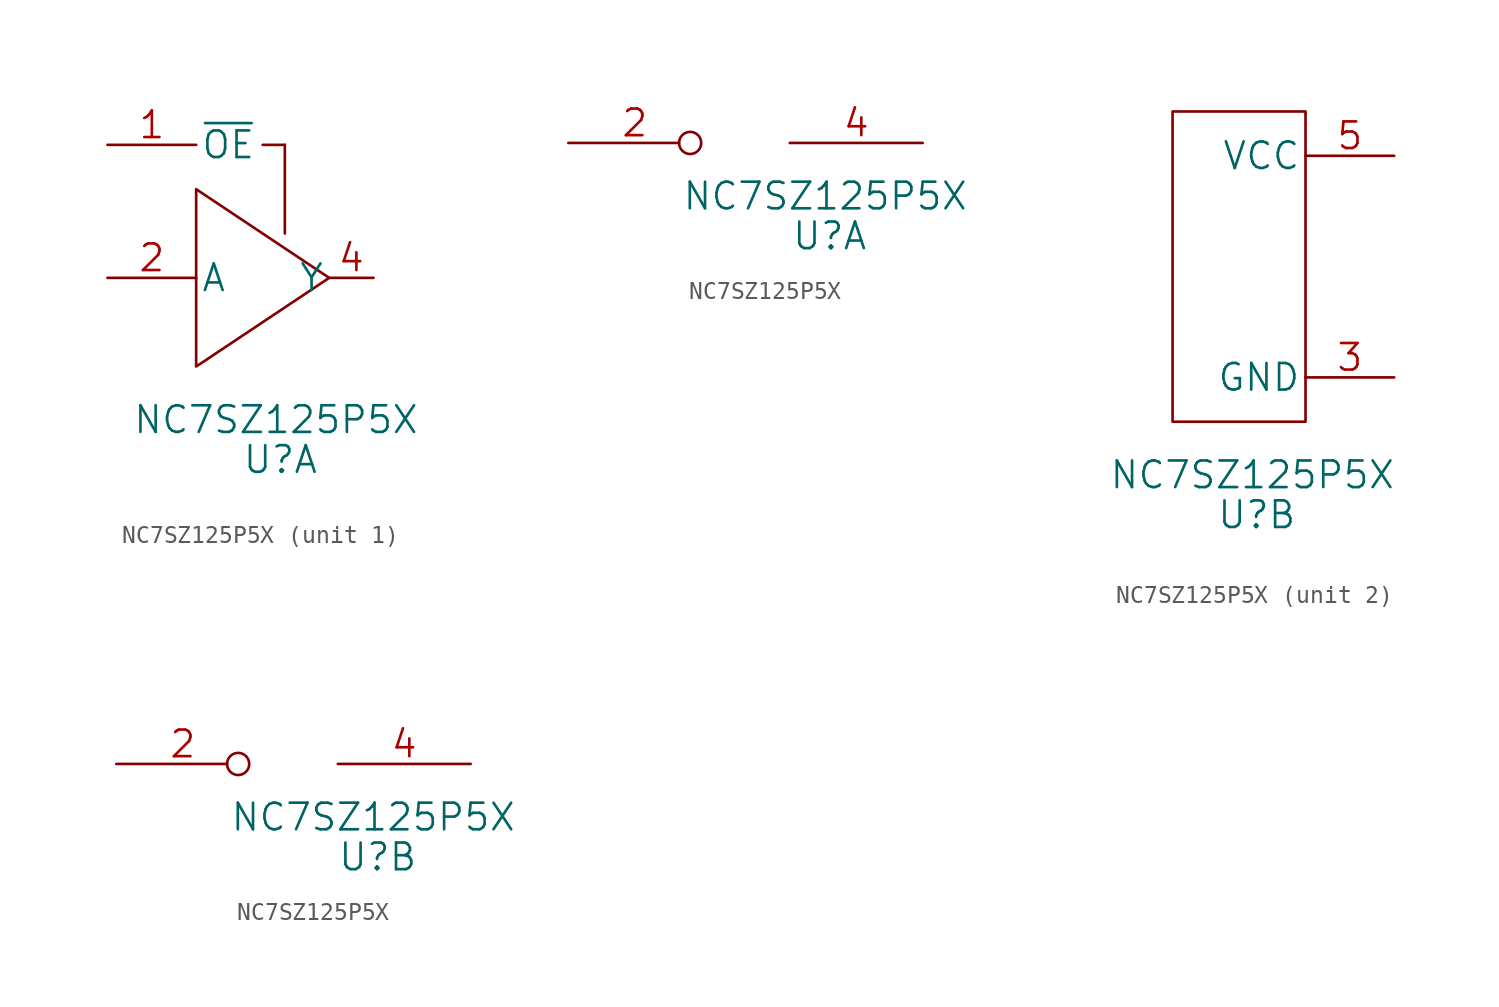
<source format=kicad_sym>
(kicad_symbol_lib
  (version 20220914)
  (generator kicad_symbol_editor)
  (symbol "NC7SZ125P5X"
    (pin_names
      (offset 0.254))
    (property "Reference" "U"
      (at 4.826 -5.334 0)
      (effects (font (size 1.524 1.524))))
    (property "Value" "NC7SZ125P5X"
      (at 4.572 -3.048 0)
      (effects (font (size 1.524 1.524))))
    (property "Datasheet" ""
      (at 4.953 2.921 0)
      (effects (font (size 1.524 1.524))))
    (property "ki_locked" ""
      (at 0 0 0)
      (effects (font (size 1.27 1.27))))
    (symbol "NC7SZ125P5X_1_1"
      (polyline (pts (xy 3.81 12.7) (xy 5.08 12.7)) (stroke (width 0) (type solid)) (fill (type none)))
      (polyline (pts (xy 5.08 12.7) (xy 5.08 7.62)) (stroke (width 0) (type solid)) (fill (type none)))
      (polyline (pts (xy 0 0) (xy 0 10.16) (xy 7.62 5.08) (xy 0 0)) (stroke (width 0) (type solid)) (fill (type none)))
      (pin input line (at -5.08 12.7 0) (length 5.08) (name "~{OE}" (effects (font (size 1.524 1.524)))) (number "1" (effects (font (size 1.524 1.524)))))
      (pin input line (at -5.08 5.08 0) (length 5.08) (name "A" (effects (font (size 1.524 1.524)))) (number "2" (effects (font (size 1.524 1.524)))))
      (pin output line (at 10.16 5.08 180) (length 2.54) (name "Y" (effects (font (size 1.524 1.524)))) (number "4" (effects (font (size 1.524 1.524))))))
    (symbol "NC7SZ125P5X_1_2"
      (pin input inverted (at -10.16 0 0) (length 7.62) (name "~" (effects (font (size 1.524 1.524)))) (number "2" (effects (font (size 1.524 1.524)))))
      (pin output line (at 10.16 0 180) (length 7.62) (name "~" (effects (font (size 1.524 1.524)))) (number "4" (effects (font (size 1.524 1.524))))))
    (symbol "NC7SZ125P5X_2_1"
      (rectangle (start 0 0) (end 7.62 17.78) (stroke (width 0) (type solid)) (fill (type none)))
      (pin power_in line (at 12.7 2.54 180) (length 5.08) (name "GND" (effects (font (size 1.524 1.524)))) (number "3" (effects (font (size 1.524 1.524)))))
      (pin power_in line (at 12.7 15.24 180) (length 5.08) (name "VCC" (effects (font (size 1.524 1.524)))) (number "5" (effects (font (size 1.524 1.524))))))
    (symbol "NC7SZ125P5X_2_2"
      (pin input inverted (at -10.16 0 0) (length 7.62) (name "~" (effects (font (size 1.524 1.524)))) (number "2" (effects (font (size 1.524 1.524)))))
      (pin output line (at 10.16 0 180) (length 7.62) (name "~" (effects (font (size 1.524 1.524)))) (number "4" (effects (font (size 1.524 1.524))))))))
</source>
